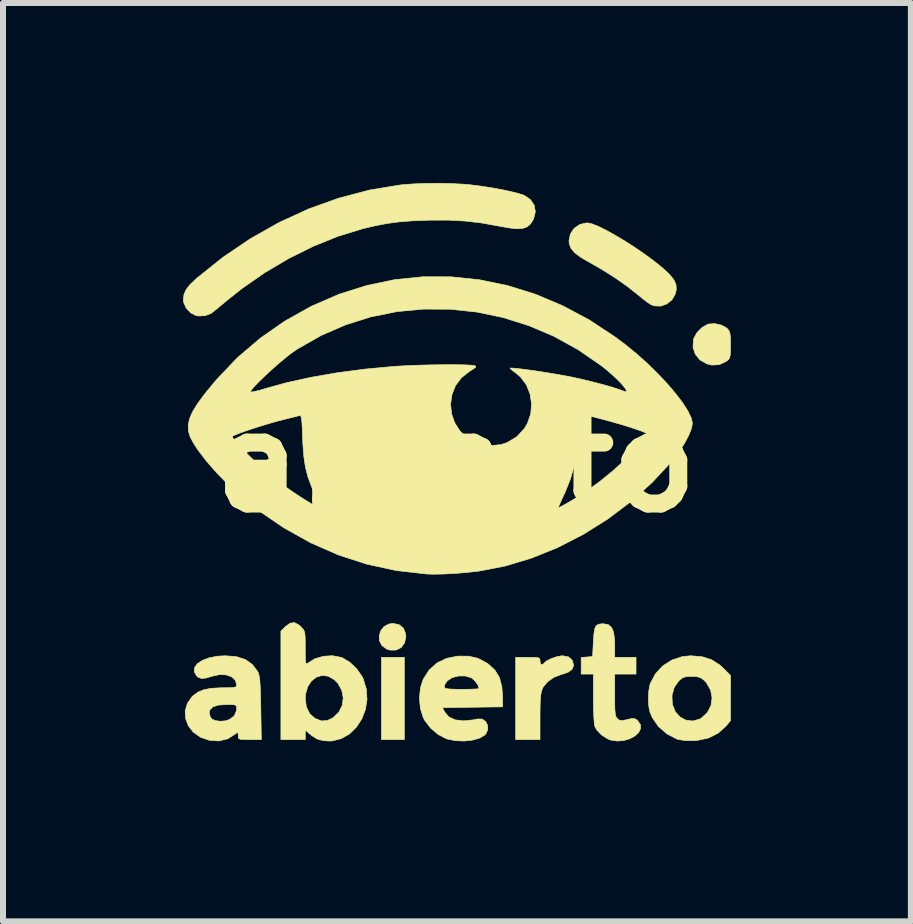
<source format=kicad_pcb>
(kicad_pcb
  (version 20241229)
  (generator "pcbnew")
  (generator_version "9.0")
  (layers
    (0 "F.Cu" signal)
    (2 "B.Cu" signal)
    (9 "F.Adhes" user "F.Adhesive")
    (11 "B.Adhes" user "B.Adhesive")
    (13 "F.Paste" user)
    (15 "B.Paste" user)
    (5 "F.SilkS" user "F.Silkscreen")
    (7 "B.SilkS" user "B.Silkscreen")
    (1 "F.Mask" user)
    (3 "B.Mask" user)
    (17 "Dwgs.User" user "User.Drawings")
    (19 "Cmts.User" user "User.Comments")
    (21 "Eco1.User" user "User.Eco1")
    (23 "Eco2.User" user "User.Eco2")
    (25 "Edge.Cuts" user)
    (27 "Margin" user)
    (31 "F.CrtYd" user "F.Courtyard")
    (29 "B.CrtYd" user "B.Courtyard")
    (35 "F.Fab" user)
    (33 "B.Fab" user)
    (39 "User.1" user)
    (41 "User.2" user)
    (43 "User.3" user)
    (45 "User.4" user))
  (footprint "abierto"
    (layer "F.Cu")
    (at 4.552 4.652)
    (property "Reference" "abierto" (at 0 0 0) (layer "F.SilkS") (effects (font (size 1.524 1.524) (thickness 0.3))))
    (attr through_hole)
    (fp_poly (pts (xy -0.864 4.623) (xy -1.245 4.623) (xy -1.245 3.251) (xy -0.864 3.251) (xy -0.864 4.623)) (stroke (width 0.01) (type solid)) (fill yes) (layer "F.SilkS"))
    (fp_poly (pts (xy -0.951 2.708) (xy -0.878 2.768) (xy -0.842 2.861) (xy -0.838 2.908) (xy -0.86 3.012) (xy -0.917 3.089) (xy -1.001 3.131) (xy -1.101 3.132) (xy -1.158 3.114) (xy -1.236 3.057) (xy -1.277 2.98) (xy -1.283 2.894) (xy -1.258 2.811) (xy -1.204 2.741) (xy -1.123 2.697) (xy -1.054 2.687) (xy -0.951 2.708)) (stroke (width 0.01) (type solid)) (fill yes) (layer "F.SilkS"))
    (fp_poly (pts (xy 4.419 -2.285) (xy 4.506 -2.237) (xy 4.512 -2.232) (xy 4.541 -2.2) (xy 4.559 -2.161) (xy 4.568 -2.105) (xy 4.572 -2.017) (xy 4.572 -1.953) (xy 4.571 -1.846) (xy 4.566 -1.777) (xy 4.555 -1.734) (xy 4.533 -1.705) (xy 4.502 -1.681) (xy 4.383 -1.625) (xy 4.257 -1.618) (xy 4.178 -1.638) (xy 4.064 -1.703) (xy 3.986 -1.797) (xy 3.947 -1.912) (xy 3.953 -2.037) (xy 3.962 -2.068) (xy 4.013 -2.16) (xy 4.094 -2.242) (xy 4.186 -2.295) (xy 4.207 -2.302) (xy 4.311 -2.309) (xy 4.419 -2.285)) (stroke (width 0.01) (type solid)) (fill yes) (layer "F.SilkS"))
    (fp_poly (pts (xy 1.87 3.244) (xy 1.932 3.297) (xy 1.956 3.38) (xy 1.956 3.386) (xy 1.934 3.449) (xy 1.866 3.5) (xy 1.75 3.539) (xy 1.74 3.541) (xy 1.627 3.586) (xy 1.525 3.658) (xy 1.451 3.745) (xy 1.439 3.767) (xy 1.422 3.815) (xy 1.41 3.878) (xy 1.402 3.965) (xy 1.398 4.086) (xy 1.397 4.239) (xy 1.397 4.623) (xy 0.991 4.623) (xy 0.991 3.251) (xy 1.194 3.251) (xy 1.295 3.252) (xy 1.355 3.256) (xy 1.385 3.267) (xy 1.396 3.288) (xy 1.397 3.315) (xy 1.408 3.365) (xy 1.435 3.377) (xy 1.461 3.352) (xy 1.505 3.313) (xy 1.582 3.274) (xy 1.671 3.243) (xy 1.754 3.227) (xy 1.773 3.226) (xy 1.87 3.244)) (stroke (width 0.01) (type solid)) (fill yes) (layer "F.SilkS"))
    (fp_poly (pts (xy 2.26 -3.973) (xy 2.365 -3.931) (xy 2.496 -3.867) (xy 2.646 -3.784) (xy 2.808 -3.687) (xy 2.974 -3.581) (xy 3.138 -3.468) (xy 3.293 -3.355) (xy 3.43 -3.244) (xy 3.437 -3.239) (xy 3.552 -3.133) (xy 3.626 -3.042) (xy 3.663 -2.96) (xy 3.668 -2.876) (xy 3.65 -2.8) (xy 3.594 -2.704) (xy 3.509 -2.636) (xy 3.407 -2.601) (xy 3.301 -2.605) (xy 3.244 -2.627) (xy 3.19 -2.662) (xy 3.114 -2.72) (xy 3.032 -2.787) (xy 3.028 -2.79) (xy 2.852 -2.93) (xy 2.642 -3.077) (xy 2.413 -3.221) (xy 2.222 -3.329) (xy 2.078 -3.413) (xy 1.978 -3.488) (xy 1.915 -3.561) (xy 1.885 -3.636) (xy 1.88 -3.691) (xy 1.903 -3.804) (xy 1.966 -3.897) (xy 2.061 -3.962) (xy 2.177 -3.988) (xy 2.187 -3.988) (xy 2.26 -3.973)) (stroke (width 0.01) (type solid)) (fill yes) (layer "F.SilkS"))
    (fp_poly (pts (xy 2.534 2.707) (xy 2.59 2.754) (xy 2.624 2.837) (xy 2.64 2.963) (xy 2.642 3.039) (xy 2.642 3.251) (xy 2.997 3.251) (xy 2.997 3.531) (xy 2.642 3.531) (xy 2.642 3.882) (xy 2.642 4.025) (xy 2.645 4.126) (xy 2.651 4.193) (xy 2.661 4.236) (xy 2.677 4.264) (xy 2.689 4.277) (xy 2.725 4.302) (xy 2.767 4.307) (xy 2.836 4.293) (xy 2.853 4.288) (xy 2.927 4.272) (xy 2.973 4.273) (xy 3.01 4.294) (xy 3.021 4.304) (xy 3.069 4.371) (xy 3.073 4.439) (xy 3.041 4.505) (xy 2.979 4.562) (xy 2.895 4.608) (xy 2.796 4.638) (xy 2.689 4.647) (xy 2.581 4.632) (xy 2.527 4.612) (xy 2.423 4.547) (xy 2.342 4.462) (xy 2.31 4.403) (xy 2.302 4.356) (xy 2.295 4.27) (xy 2.289 4.153) (xy 2.286 4.016) (xy 2.286 3.935) (xy 2.286 3.531) (xy 2.083 3.531) (xy 2.083 3.254) (xy 2.273 3.239) (xy 2.286 2.99) (xy 2.295 2.863) (xy 2.308 2.778) (xy 2.331 2.728) (xy 2.368 2.702) (xy 2.425 2.693) (xy 2.456 2.693) (xy 2.534 2.707)) (stroke (width 0.01) (type solid)) (fill yes) (layer "F.SilkS"))
    (fp_poly (pts (xy 4.099 3.242) (xy 4.256 3.292) (xy 4.393 3.38) (xy 4.45 3.432) (xy 4.572 3.554) (xy 4.572 4.306) (xy 4.498 4.396) (xy 4.369 4.513) (xy 4.208 4.595) (xy 4.02 4.636) (xy 3.963 4.64) (xy 3.815 4.639) (xy 3.701 4.621) (xy 3.676 4.613) (xy 3.511 4.527) (xy 3.372 4.406) (xy 3.269 4.258) (xy 3.23 4.168) (xy 3.21 4.072) (xy 3.203 3.951) (xy 3.206 3.888) (xy 3.596 3.888) (xy 3.602 4.03) (xy 3.604 4.04) (xy 3.652 4.159) (xy 3.731 4.247) (xy 3.83 4.3) (xy 3.941 4.313) (xy 4.053 4.283) (xy 4.092 4.26) (xy 4.189 4.168) (xy 4.247 4.053) (xy 4.264 3.927) (xy 4.241 3.8) (xy 4.175 3.683) (xy 4.129 3.632) (xy 4.074 3.592) (xy 4.01 3.573) (xy 3.923 3.569) (xy 3.836 3.573) (xy 3.777 3.591) (xy 3.725 3.63) (xy 3.707 3.647) (xy 3.632 3.756) (xy 3.596 3.888) (xy 3.206 3.888) (xy 3.208 3.826) (xy 3.225 3.72) (xy 3.234 3.691) (xy 3.32 3.527) (xy 3.443 3.394) (xy 3.595 3.297) (xy 3.77 3.239) (xy 3.911 3.226) (xy 4.099 3.242)) (stroke (width 0.01) (type solid)) (fill yes) (layer "F.SilkS"))
    (fp_poly (pts (xy 0.21 3.233) (xy 0.363 3.269) (xy 0.505 3.343) (xy 0.536 3.365) (xy 0.647 3.467) (xy 0.721 3.59) (xy 0.761 3.742) (xy 0.772 3.882) (xy 0.775 4.077) (xy -0.229 4.09) (xy -0.192 4.163) (xy -0.122 4.245) (xy -0.016 4.294) (xy 0.124 4.311) (xy 0.293 4.293) (xy 0.359 4.279) (xy 0.433 4.281) (xy 0.49 4.321) (xy 0.523 4.383) (xy 0.527 4.456) (xy 0.495 4.526) (xy 0.478 4.546) (xy 0.391 4.598) (xy 0.271 4.632) (xy 0.132 4.647) (xy -0.012 4.641) (xy -0.147 4.614) (xy -0.168 4.607) (xy -0.301 4.537) (xy -0.425 4.432) (xy -0.522 4.306) (xy -0.549 4.256) (xy -0.597 4.102) (xy -0.612 3.93) (xy -0.595 3.758) (xy -0.593 3.753) (xy -0.197 3.753) (xy -0.172 3.771) (xy -0.115 3.78) (xy -0.019 3.784) (xy 0.089 3.785) (xy 0.204 3.784) (xy 0.298 3.781) (xy 0.36 3.777) (xy 0.381 3.773) (xy 0.363 3.716) (xy 0.319 3.651) (xy 0.264 3.6) (xy 0.25 3.592) (xy 0.149 3.562) (xy 0.039 3.562) (xy -0.064 3.589) (xy -0.146 3.641) (xy -0.177 3.682) (xy -0.197 3.724) (xy -0.197 3.753) (xy -0.593 3.753) (xy -0.55 3.619) (xy -0.451 3.464) (xy -0.32 3.346) (xy -0.158 3.268) (xy 0.03 3.231) (xy 0.031 3.231) (xy 0.21 3.233)) (stroke (width 0.01) (type solid)) (fill yes) (layer "F.SilkS"))
    (fp_poly (pts (xy -2.62 2.713) (xy -2.589 2.741) (xy -2.557 2.775) (xy -2.535 2.808) (xy -2.523 2.85) (xy -2.517 2.913) (xy -2.515 3.007) (xy -2.515 3.101) (xy -2.514 3.224) (xy -2.512 3.303) (xy -2.506 3.347) (xy -2.496 3.362) (xy -2.481 3.356) (xy -2.47 3.347) (xy -2.353 3.275) (xy -2.211 3.234) (xy -2.061 3.225) (xy -1.919 3.252) (xy -1.894 3.261) (xy -1.773 3.334) (xy -1.66 3.441) (xy -1.571 3.567) (xy -1.548 3.613) (xy -1.497 3.783) (xy -1.486 3.956) (xy -1.513 4.123) (xy -1.573 4.279) (xy -1.663 4.416) (xy -1.777 4.528) (xy -1.914 4.606) (xy -2.067 4.645) (xy -2.121 4.647) (xy -2.213 4.64) (xy -2.298 4.619) (xy -2.324 4.608) (xy -2.398 4.562) (xy -2.457 4.515) (xy -2.515 4.462) (xy -2.515 4.623) (xy -2.921 4.623) (xy -2.921 3.937) (xy -2.515 3.937) (xy -2.496 4.082) (xy -2.44 4.193) (xy -2.355 4.268) (xy -2.249 4.312) (xy -2.148 4.306) (xy -2.055 4.26) (xy -1.957 4.168) (xy -1.899 4.054) (xy -1.882 3.928) (xy -1.906 3.803) (xy -1.97 3.687) (xy -2.03 3.625) (xy -2.132 3.566) (xy -2.234 3.554) (xy -2.33 3.582) (xy -2.412 3.646) (xy -2.475 3.742) (xy -2.51 3.865) (xy -2.515 3.937) (xy -2.921 3.937) (xy -2.921 2.815) (xy -2.847 2.741) (xy -2.768 2.683) (xy -2.695 2.673) (xy -2.62 2.713)) (stroke (width 0.01) (type solid)) (fill yes) (layer "F.SilkS"))
    (fp_poly (pts (xy -0.063 -4.642) (xy 0.138 -4.632) (xy 0.241 -4.622) (xy 0.413 -4.6) (xy 0.589 -4.573) (xy 0.76 -4.542) (xy 0.914 -4.509) (xy 1.04 -4.477) (xy 1.128 -4.448) (xy 1.135 -4.445) (xy 1.237 -4.376) (xy 1.3 -4.282) (xy 1.319 -4.173) (xy 1.291 -4.057) (xy 1.283 -4.039) (xy 1.237 -3.968) (xy 1.181 -3.921) (xy 1.107 -3.895) (xy 1.007 -3.89) (xy 0.874 -3.905) (xy 0.709 -3.935) (xy 0.427 -3.986) (xy 0.154 -4.018) (xy -0.127 -4.034) (xy -0.436 -4.033) (xy -0.507 -4.031) (xy -0.747 -4.021) (xy -0.954 -4.004) (xy -1.144 -3.979) (xy -1.334 -3.943) (xy -1.542 -3.895) (xy -1.567 -3.888) (xy -1.971 -3.764) (xy -2.383 -3.597) (xy -2.794 -3.393) (xy -3.194 -3.156) (xy -3.573 -2.892) (xy -3.799 -2.712) (xy -3.897 -2.631) (xy -3.983 -2.56) (xy -4.048 -2.508) (xy -4.083 -2.48) (xy -4.086 -2.479) (xy -4.186 -2.441) (xy -4.298 -2.436) (xy -4.335 -2.443) (xy -4.427 -2.49) (xy -4.5 -2.569) (xy -4.542 -2.664) (xy -4.547 -2.708) (xy -4.536 -2.796) (xy -4.5 -2.877) (xy -4.433 -2.962) (xy -4.327 -3.062) (xy -4.326 -3.063) (xy -3.889 -3.413) (xy -3.43 -3.724) (xy -2.952 -3.994) (xy -2.46 -4.22) (xy -1.958 -4.4) (xy -1.449 -4.534) (xy -0.938 -4.619) (xy -0.902 -4.623) (xy -0.722 -4.637) (xy -0.511 -4.645) (xy -0.285 -4.647) (xy -0.063 -4.642)) (stroke (width 0.01) (type solid)) (fill yes) (layer "F.SilkS"))
    (fp_poly (pts (xy -3.66 3.241) (xy -3.512 3.289) (xy -3.397 3.371) (xy -3.308 3.489) (xy -3.306 3.493) (xy -3.291 3.528) (xy -3.28 3.579) (xy -3.271 3.651) (xy -3.265 3.752) (xy -3.26 3.889) (xy -3.256 4.07) (xy -3.256 4.096) (xy -3.247 4.623) (xy -3.439 4.623) (xy -3.537 4.622) (xy -3.594 4.618) (xy -3.622 4.606) (xy -3.631 4.582) (xy -3.632 4.555) (xy -3.635 4.51) (xy -3.653 4.508) (xy -3.677 4.527) (xy -3.806 4.609) (xy -3.953 4.645) (xy -4.109 4.636) (xy -4.261 4.583) (xy -4.381 4.499) (xy -4.464 4.392) (xy -4.51 4.27) (xy -4.514 4.178) (xy -4.115 4.178) (xy -4.098 4.243) (xy -4.075 4.278) (xy -4.018 4.306) (xy -3.935 4.317) (xy -3.846 4.311) (xy -3.777 4.288) (xy -3.696 4.224) (xy -3.661 4.138) (xy -3.658 4.108) (xy -3.66 4.072) (xy -3.673 4.051) (xy -3.71 4.041) (xy -3.78 4.039) (xy -3.83 4.039) (xy -3.966 4.048) (xy -4.057 4.079) (xy -4.106 4.13) (xy -4.115 4.178) (xy -4.514 4.178) (xy -4.516 4.143) (xy -4.48 4.02) (xy -4.402 3.909) (xy -4.381 3.889) (xy -4.3 3.831) (xy -4.206 3.792) (xy -4.089 3.769) (xy -3.937 3.76) (xy -3.88 3.759) (xy -3.773 3.758) (xy -3.707 3.754) (xy -3.672 3.744) (xy -3.659 3.726) (xy -3.658 3.711) (xy -3.68 3.634) (xy -3.741 3.577) (xy -3.831 3.545) (xy -3.94 3.539) (xy -4.06 3.565) (xy -4.064 3.566) (xy -4.173 3.598) (xy -4.25 3.603) (xy -4.305 3.581) (xy -4.327 3.56) (xy -4.366 3.49) (xy -4.359 3.421) (xy -4.312 3.357) (xy -4.229 3.303) (xy -4.116 3.26) (xy -3.977 3.233) (xy -3.844 3.226) (xy -3.66 3.241)) (stroke (width 0.01) (type solid)) (fill yes) (layer "F.SilkS"))
    (fp_poly (pts (xy -0.082 -3.089) (xy 0.389 -3.04) (xy 0.857 -2.943) (xy 1.32 -2.799) (xy 1.775 -2.607) (xy 2.221 -2.369) (xy 2.654 -2.083) (xy 2.819 -1.959) (xy 3.008 -1.805) (xy 3.191 -1.641) (xy 3.363 -1.472) (xy 3.521 -1.304) (xy 3.659 -1.141) (xy 3.775 -0.989) (xy 3.862 -0.852) (xy 3.918 -0.736) (xy 3.937 -0.646) (xy 3.92 -0.559) (xy 3.874 -0.444) (xy 3.804 -0.312) (xy 3.714 -0.173) (xy 3.611 -0.036) (xy 3.59 -0.011) (xy 3.265 0.339) (xy 2.907 0.66) (xy 2.522 0.95) (xy 2.115 1.205) (xy 1.692 1.422) (xy 1.258 1.598) (xy 0.819 1.73) (xy 0.381 1.815) (xy 0.186 1.837) (xy -0.018 1.854) (xy -0.215 1.864) (xy -0.39 1.867) (xy -0.495 1.863) (xy -0.998 1.806) (xy -1.487 1.7) (xy -1.962 1.546) (xy -2.425 1.343) (xy -2.876 1.091) (xy -3.316 0.79) (xy -3.353 0.762) (xy -3.571 0.584) (xy -3.785 0.388) (xy -3.985 0.184) (xy -4.164 -0.02) (xy -4.311 -0.214) (xy -4.378 -0.318) (xy -4.432 -0.42) (xy -4.434 -0.427) (xy -3.734 -0.427) (xy -3.716 -0.393) (xy -3.666 -0.332) (xy -3.591 -0.25) (xy -3.498 -0.154) (xy -3.392 -0.05) (xy -3.28 0.056) (xy -3.169 0.157) (xy -3.064 0.246) (xy -3.035 0.27) (xy -2.949 0.337) (xy -2.844 0.412) (xy -2.728 0.491) (xy -2.61 0.57) (xy -2.496 0.642) (xy -2.394 0.704) (xy -2.313 0.75) (xy -2.26 0.776) (xy -2.243 0.778) (xy -2.249 0.755) (xy 1.702 0.755) (xy 1.722 0.751) (xy 1.775 0.725) (xy 1.854 0.68) (xy 1.95 0.624) (xy 2.053 0.56) (xy 2.156 0.493) (xy 2.178 0.478) (xy 2.388 0.326) (xy 2.601 0.153) (xy 2.806 -0.031) (xy 2.99 -0.214) (xy 3.134 -0.379) (xy 3.166 -0.419) (xy 3.182 -0.448) (xy 3.176 -0.472) (xy 3.143 -0.495) (xy 3.077 -0.522) (xy 2.972 -0.558) (xy 2.896 -0.583) (xy 2.808 -0.611) (xy 2.694 -0.644) (xy 2.565 -0.681) (xy 2.43 -0.717) (xy 2.3 -0.751) (xy 2.185 -0.78) (xy 2.095 -0.802) (xy 2.04 -0.812) (xy 2.032 -0.813) (xy 2.027 -0.789) (xy 2.022 -0.724) (xy 2.019 -0.626) (xy 2.017 -0.506) (xy 2.017 -0.476) (xy 2.006 -0.203) (xy 1.97 0.04) (xy 1.908 0.27) (xy 1.815 0.502) (xy 1.803 0.527) (xy 1.759 0.622) (xy 1.725 0.699) (xy 1.705 0.746) (xy 1.702 0.755) (xy -2.249 0.755) (xy -2.249 0.753) (xy -2.275 0.694) (xy -2.314 0.611) (xy -2.335 0.569) (xy -2.414 0.399) (xy -2.472 0.241) (xy -2.513 0.08) (xy -2.539 -0.096) (xy -2.555 -0.303) (xy -2.559 -0.401) (xy -2.564 -0.55) (xy -2.57 -0.655) (xy -2.577 -0.723) (xy -2.586 -0.761) (xy -2.598 -0.777) (xy -2.613 -0.777) (xy -2.656 -0.765) (xy -2.733 -0.746) (xy -2.832 -0.721) (xy -2.87 -0.712) (xy -2.989 -0.681) (xy -3.122 -0.643) (xy -3.26 -0.601) (xy -3.395 -0.558) (xy -3.519 -0.516) (xy -3.622 -0.479) (xy -3.695 -0.449) (xy -3.732 -0.43) (xy -3.734 -0.427) (xy -4.434 -0.427) (xy -4.462 -0.518) (xy -4.466 -0.617) (xy -4.444 -0.723) (xy -4.393 -0.84) (xy -4.312 -0.973) (xy -4.197 -1.129) (xy -4.161 -1.173) (xy -3.429 -1.173) (xy -3.407 -1.17) (xy -3.346 -1.181) (xy -3.259 -1.203) (xy -3.194 -1.223) (xy -2.83 -1.324) (xy -2.426 -1.413) (xy -1.99 -1.489) (xy -1.531 -1.55) (xy -1.06 -1.594) (xy -0.995 -1.599) (xy -0.843 -1.608) (xy -0.673 -1.615) (xy -0.493 -1.62) (xy -0.313 -1.623) (xy -0.141 -1.625) (xy 0.015 -1.624) (xy 0.146 -1.622) (xy 0.243 -1.617) (xy 0.298 -1.61) (xy 0.299 -1.61) (xy 0.326 -1.599) (xy 0.324 -1.582) (xy 0.287 -1.554) (xy 0.223 -1.514) (xy 0.086 -1.406) (xy -0.012 -1.274) (xy -0.071 -1.124) (xy -0.093 -0.966) (xy -0.077 -0.807) (xy -0.024 -0.654) (xy 0.066 -0.516) (xy 0.192 -0.4) (xy 0.284 -0.345) (xy 0.43 -0.296) (xy 0.591 -0.278) (xy 0.747 -0.293) (xy 0.851 -0.327) (xy 1.011 -0.425) (xy 1.134 -0.557) (xy 1.187 -0.645) (xy 1.242 -0.803) (xy 1.256 -0.971) (xy 1.231 -1.137) (xy 1.169 -1.29) (xy 1.072 -1.42) (xy 1 -1.481) (xy 0.94 -1.525) (xy 0.904 -1.557) (xy 0.898 -1.567) (xy 0.927 -1.569) (xy 0.999 -1.563) (xy 1.103 -1.551) (xy 1.232 -1.534) (xy 1.376 -1.513) (xy 1.528 -1.489) (xy 1.679 -1.464) (xy 1.82 -1.439) (xy 1.905 -1.423) (xy 2.076 -1.386) (xy 2.254 -1.343) (xy 2.429 -1.298) (xy 2.588 -1.253) (xy 2.719 -1.211) (xy 2.8 -1.181) (xy 2.836 -1.175) (xy 2.838 -1.196) (xy 2.81 -1.24) (xy 2.758 -1.303) (xy 2.685 -1.378) (xy 2.596 -1.461) (xy 2.495 -1.548) (xy 2.423 -1.605) (xy 2.037 -1.872) (xy 1.632 -2.096) (xy 1.211 -2.275) (xy 0.78 -2.411) (xy 0.341 -2.502) (xy -0.103 -2.549) (xy -0.546 -2.551) (xy -0.986 -2.509) (xy -1.42 -2.422) (xy -1.842 -2.289) (xy -2.25 -2.112) (xy -2.641 -1.889) (xy -2.705 -1.846) (xy -2.788 -1.786) (xy -2.886 -1.706) (xy -2.993 -1.615) (xy -3.102 -1.517) (xy -3.206 -1.42) (xy -3.298 -1.331) (xy -3.37 -1.255) (xy -3.416 -1.199) (xy -3.429 -1.173) (xy -4.161 -1.173) (xy -4.048 -1.311) (xy -3.977 -1.394) (xy -3.639 -1.747) (xy -3.265 -2.066) (xy -2.858 -2.35) (xy -2.422 -2.594) (xy -2.4 -2.605) (xy -1.949 -2.8) (xy -1.49 -2.945) (xy -1.024 -3.042) (xy -0.554 -3.09) (xy -0.082 -3.089)) (stroke (width 0.01) (type solid)) (fill yes) (layer "F.SilkS")))
  (gr_rect
    (start -3 -3)
    (end 12.129 12.304)
    (stroke (width 0.1) (type default))
    (fill no)
    (layer "Edge.Cuts")))
</source>
